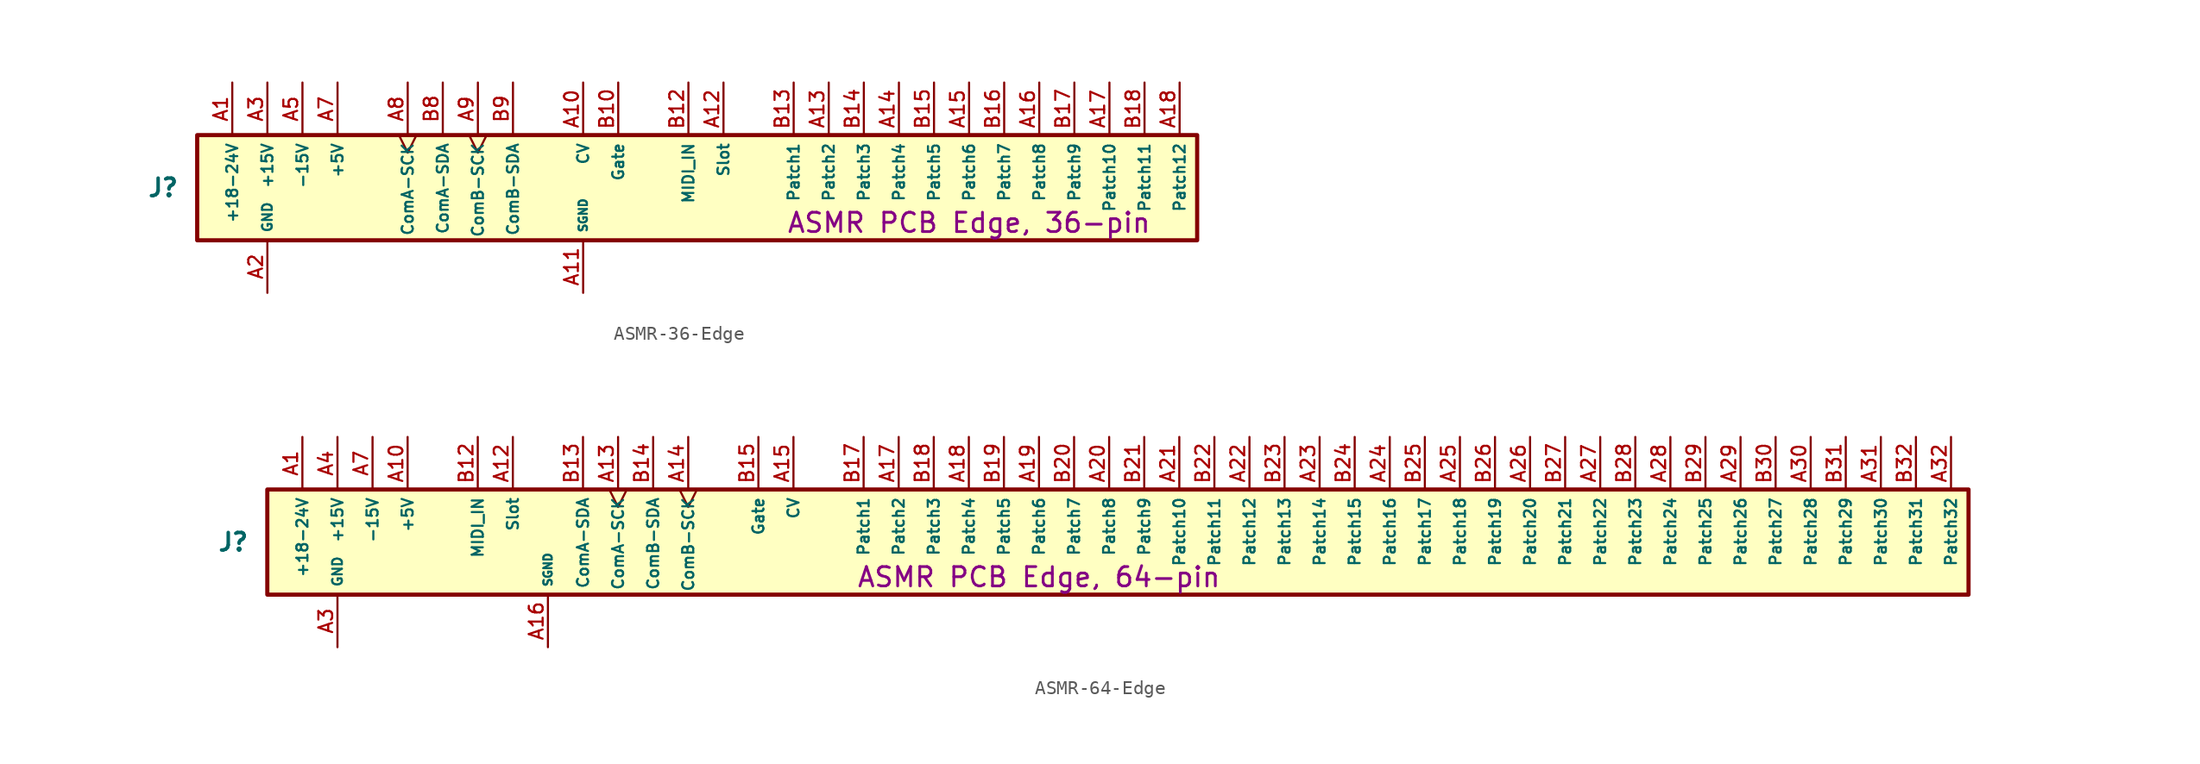
<source format=kicad_sym>
(kicad_symbol_lib
  (version 20241209)
  (generator "kicad_symbol_editor")
  (generator_version "9.0")
  (symbol "ASMR-36-Edge"
    (property "Reference" "J"
      (at -36.83 1.27 0)
      (effects (font (size 1.27 1.27) (thickness 0.254) (bold yes)) (justify right)))
    (property "Value" ""
      (at 0 0 0)
      (effects (font (size 1.27 1.27))))
    (property "Description" "ASMR PCB Edge, 36-pin"
      (at 20.32 -1.27 0)
      (effects (font (size 1.4 1.4) (thickness 0.2) (bold yes))))
    (symbol "ASMR-36-Edge_1_1"
      (rectangle (start -35.56 5.08) (end 36.83 -2.54) (stroke (width 0.3) (type solid)) (fill (type background)))
      (pin power_out line (at -33.02 8.89 270) (length 3.81) (name "+18-24V" (effects (font (size 0.8 0.8)))) (number "A1" (effects (font (size 1 1)))))
      (pin power_out line (at -33.02 8.89 270) (length 3.81) (hide yes) (name "+18-24V" (effects (font (size 0.6 0.6)))) (number "B1" (effects (font (size 1 1)))))
      (pin power_out line (at -30.48 8.89 270) (length 3.81) (name "+15V" (effects (font (size 0.8 0.8)))) (number "A3" (effects (font (size 1 1)))))
      (pin power_out line (at -30.48 8.89 270) (length 3.81) (hide yes) (name "+15V" (effects (font (size 0.8 0.8)))) (number "B3" (effects (font (size 1 1)))))
      (pin power_out line (at -30.48 -6.35 90) (length 3.81) (name "GND" (effects (font (size 0.7 0.7)))) (number "A2" (effects (font (size 1 1)))))
      (pin power_out line (at -30.48 -6.35 90) (length 3.81) (hide yes) (name "GND" (effects (font (size 0.7 0.7)))) (number "A4" (effects (font (size 1 1)))))
      (pin power_out line (at -30.48 -6.35 90) (length 3.81) (hide yes) (name "GND" (effects (font (size 0.7 0.7)))) (number "A6" (effects (font (size 1 1)))))
      (pin power_out line (at -30.48 -6.35 90) (length 3.81) (hide yes) (name "GND" (effects (font (size 0.7 0.7)))) (number "B2" (effects (font (size 1 1)))))
      (pin power_out line (at -30.48 -6.35 90) (length 3.81) (hide yes) (name "GND" (effects (font (size 0.7 0.7)))) (number "B4" (effects (font (size 1 1)))))
      (pin power_out line (at -30.48 -6.35 90) (length 3.81) (hide yes) (name "GND" (effects (font (size 0.7 0.7)))) (number "B6" (effects (font (size 1 1)))))
      (pin power_out line (at -27.94 8.89 270) (length 3.81) (name "-15V" (effects (font (size 0.8 0.8)))) (number "A5" (effects (font (size 1 1)))))
      (pin power_out line (at -27.94 8.89 270) (length 3.81) (hide yes) (name "-15V" (effects (font (size 0.8 0.8)))) (number "B5" (effects (font (size 1 1)))))
      (pin power_out line (at -25.4 8.89 270) (length 3.81) (name "+5V" (effects (font (size 0.8 0.8)))) (number "A7" (effects (font (size 1 1)))))
      (pin power_out line (at -25.4 8.89 270) (length 3.81) (hide yes) (name "+5V" (effects (font (size 0.8 0.8)))) (number "B7" (effects (font (size 1 1)))))
      (pin passive clock (at -20.32 8.89 270) (length 3.81) (name "ComA-SCK" (effects (font (size 0.8 0.8)))) (number "A8" (effects (font (size 1 1)))))
      (pin passive line (at -17.78 8.89 270) (length 3.81) (name "ComA-SDA" (effects (font (size 0.8 0.8)))) (number "B8" (effects (font (size 1 1)))))
      (pin passive clock (at -15.24 8.89 270) (length 3.81) (name "ComB-SCK" (effects (font (size 0.8 0.8)))) (number "A9" (effects (font (size 1 1)))))
      (pin passive line (at -12.7 8.89 270) (length 3.81) (name "ComB-SDA" (effects (font (size 0.8 0.8)))) (number "B9" (effects (font (size 1 1)))))
      (pin passive line (at -7.62 8.89 270) (length 3.81) (name "CV" (effects (font (size 0.8 0.8)))) (number "A10" (effects (font (size 1 1)))))
      (pin passive line (at -7.62 -6.35 90) (length 3.81) (name "SGND" (effects (font (size 0.6 0.6)))) (number "A11" (effects (font (size 1 1)))))
      (pin passive line (at -7.62 -6.35 90) (length 3.81) (hide yes) (name "SGND" (effects (font (size 0.6 0.6)))) (number "B11" (effects (font (size 1 1)))))
      (pin passive line (at -5.08 8.89 270) (length 3.81) (name "Gate" (effects (font (size 0.8 0.8)))) (number "B10" (effects (font (size 1 1)))))
      (pin output line (at 0 8.89 270) (length 3.81) (name "MIDI_IN" (effects (font (size 0.8 0.8)))) (number "B12" (effects (font (size 1 1)))))
      (pin passive line (at 2.54 8.89 270) (length 3.81) (name "Slot" (effects (font (size 0.8 0.8)))) (number "A12" (effects (font (size 1 1)))))
      (pin passive line (at 7.62 8.89 270) (length 3.81) (name "Patch1" (effects (font (size 0.8 0.8)))) (number "B13" (effects (font (size 1 1)))))
      (pin passive line (at 10.16 8.89 270) (length 3.81) (name "Patch2" (effects (font (size 0.8 0.8)))) (number "A13" (effects (font (size 1 1)))))
      (pin passive line (at 12.7 8.89 270) (length 3.81) (name "Patch3" (effects (font (size 0.8 0.8)))) (number "B14" (effects (font (size 1 1)))))
      (pin passive line (at 15.24 8.89 270) (length 3.81) (name "Patch4" (effects (font (size 0.8 0.8)))) (number "A14" (effects (font (size 1 1)))))
      (pin passive line (at 17.78 8.89 270) (length 3.81) (name "Patch5" (effects (font (size 0.8 0.8)))) (number "B15" (effects (font (size 1 1)))))
      (pin passive line (at 20.32 8.89 270) (length 3.81) (name "Patch6" (effects (font (size 0.8 0.8)))) (number "A15" (effects (font (size 1 1)))))
      (pin passive line (at 22.86 8.89 270) (length 3.81) (name "Patch7" (effects (font (size 0.8 0.8)))) (number "B16" (effects (font (size 1 1)))))
      (pin passive line (at 25.4 8.89 270) (length 3.81) (name "Patch8" (effects (font (size 0.8 0.8)))) (number "A16" (effects (font (size 1 1)))))
      (pin passive line (at 27.94 8.89 270) (length 3.81) (name "Patch9" (effects (font (size 0.8 0.8)))) (number "B17" (effects (font (size 1 1)))))
      (pin passive line (at 30.48 8.89 270) (length 3.81) (name "Patch10" (effects (font (size 0.8 0.8)))) (number "A17" (effects (font (size 1 1)))))
      (pin passive line (at 33.02 8.89 270) (length 3.81) (name "Patch11" (effects (font (size 0.8 0.8)))) (number "B18" (effects (font (size 1 1)))))
      (pin passive line (at 35.56 8.89 270) (length 3.81) (name "Patch12" (effects (font (size 0.8 0.8)))) (number "A18" (effects (font (size 1 1)))))))
  (symbol "ASMR-64-Edge"
    (property "Reference" "J"
      (at -36.83 1.27 0)
      (effects (font (size 1.27 1.27) (thickness 0.254) (bold yes)) (justify right)))
    (property "Value" ""
      (at 0 0 0)
      (effects (font (size 1.27 1.27))))
    (property "Description" "ASMR PCB Edge, 64-pin"
      (at 20.32 -1.27 0)
      (effects (font (size 1.4 1.4) (thickness 0.2) (bold yes))))
    (symbol "ASMR-64-Edge_1_1"
      (rectangle (start -35.56 5.08) (end 87.63 -2.54) (stroke (width 0.3) (type solid)) (fill (type background)))
      (pin power_out line (at -33.02 8.89 270) (length 3.81) (name "+18-24V" (effects (font (size 0.8 0.8)))) (number "A1" (effects (font (size 1 1)))))
      (pin power_out line (at -33.02 8.89 270) (length 3.81) (hide yes) (name "+18-24V" (effects (font (size 0.8 0.8)))) (number "A2" (effects (font (size 1 1)))))
      (pin power_out line (at -33.02 8.89 270) (length 3.81) (hide yes) (name "+18-24V" (effects (font (size 0.6 0.6)))) (number "B1" (effects (font (size 1 1)))))
      (pin power_out line (at -33.02 8.89 270) (length 3.81) (hide yes) (name "+18-24V" (effects (font (size 0.6 0.6)))) (number "B2" (effects (font (size 1 1)))))
      (pin power_out line (at -30.48 8.89 270) (length 3.81) (name "+15V" (effects (font (size 0.8 0.8)))) (number "A4" (effects (font (size 1 1)))))
      (pin power_out line (at -30.48 8.89 270) (length 3.81) (hide yes) (name "+15V" (effects (font (size 0.8 0.8)))) (number "A5" (effects (font (size 1 1)))))
      (pin power_out line (at -30.48 8.89 270) (length 3.81) (hide yes) (name "+15V" (effects (font (size 0.8 0.8)))) (number "B4" (effects (font (size 1 1)))))
      (pin power_out line (at -30.48 8.89 270) (length 3.81) (hide yes) (name "+15V" (effects (font (size 0.8 0.8)))) (number "B5" (effects (font (size 1 1)))))
      (pin power_out line (at -30.48 -6.35 90) (length 3.81) (name "GND" (effects (font (size 0.7 0.7)))) (number "A3" (effects (font (size 1 1)))))
      (pin power_out line (at -30.48 -6.35 90) (length 3.81) (hide yes) (name "GND" (effects (font (size 0.7 0.7)))) (number "A6" (effects (font (size 1 1)))))
      (pin power_out line (at -30.48 -6.35 90) (length 3.81) (hide yes) (name "GND" (effects (font (size 0.7 0.7)))) (number "A9" (effects (font (size 1 1)))))
      (pin power_out line (at -30.48 -6.35 90) (length 3.81) (hide yes) (name "GND" (effects (font (size 0.7 0.7)))) (number "B3" (effects (font (size 1 1)))))
      (pin power_out line (at -30.48 -6.35 90) (length 3.81) (hide yes) (name "GND" (effects (font (size 0.7 0.7)))) (number "B6" (effects (font (size 1 1)))))
      (pin power_out line (at -30.48 -6.35 90) (length 3.81) (hide yes) (name "GND" (effects (font (size 0.7 0.7)))) (number "B9" (effects (font (size 1 1)))))
      (pin power_out line (at -27.94 8.89 270) (length 3.81) (name "-15V" (effects (font (size 0.8 0.8)))) (number "A7" (effects (font (size 1 1)))))
      (pin power_out line (at -27.94 8.89 270) (length 3.81) (hide yes) (name "-15V" (effects (font (size 0.8 0.8)))) (number "A8" (effects (font (size 1 1)))))
      (pin power_out line (at -27.94 8.89 270) (length 3.81) (hide yes) (name "-15V" (effects (font (size 0.8 0.8)))) (number "B7" (effects (font (size 1 1)))))
      (pin power_out line (at -27.94 8.89 270) (length 3.81) (hide yes) (name "-15V" (effects (font (size 0.8 0.8)))) (number "B8" (effects (font (size 1 1)))))
      (pin power_out line (at -25.4 8.89 270) (length 3.81) (name "+5V" (effects (font (size 0.8 0.8)))) (number "A10" (effects (font (size 1 1)))))
      (pin power_out line (at -25.4 8.89 270) (length 3.81) (hide yes) (name "+5V" (effects (font (size 0.8 0.8)))) (number "A11" (effects (font (size 1 1)))))
      (pin power_out line (at -25.4 8.89 270) (length 3.81) (hide yes) (name "+5V" (effects (font (size 0.8 0.8)))) (number "B10" (effects (font (size 1 1)))))
      (pin power_out line (at -25.4 8.89 270) (length 3.81) (hide yes) (name "+5V" (effects (font (size 0.8 0.8)))) (number "B11" (effects (font (size 1 1)))))
      (pin output line (at -20.32 8.89 270) (length 3.81) (name "MIDI_IN" (effects (font (size 0.8 0.8)))) (number "B12" (effects (font (size 1 1)))))
      (pin passive line (at -17.78 8.89 270) (length 3.81) (name "Slot" (effects (font (size 0.8 0.8)))) (number "A12" (effects (font (size 1 1)))))
      (pin passive line (at -15.24 -6.35 90) (length 3.81) (name "SGND" (effects (font (size 0.6 0.6)))) (number "A16" (effects (font (size 1 1)))))
      (pin passive line (at -15.24 -6.35 90) (length 3.81) (hide yes) (name "SGND" (effects (font (size 0.6 0.6)))) (number "B16" (effects (font (size 1 1)))))
      (pin passive line (at -12.7 8.89 270) (length 3.81) (name "ComA-SDA" (effects (font (size 0.8 0.8)))) (number "B13" (effects (font (size 1 1)))))
      (pin passive clock (at -10.16 8.89 270) (length 3.81) (name "ComA-SCK" (effects (font (size 0.8 0.8)))) (number "A13" (effects (font (size 1 1)))))
      (pin passive line (at -7.62 8.89 270) (length 3.81) (name "ComB-SDA" (effects (font (size 0.8 0.8)))) (number "B14" (effects (font (size 1 1)))))
      (pin passive clock (at -5.08 8.89 270) (length 3.81) (name "ComB-SCK" (effects (font (size 0.8 0.8)))) (number "A14" (effects (font (size 1 1)))))
      (pin passive line (at 0 8.89 270) (length 3.81) (name "Gate" (effects (font (size 0.8 0.8)))) (number "B15" (effects (font (size 1 1)))))
      (pin passive line (at 2.54 8.89 270) (length 3.81) (name "CV" (effects (font (size 0.8 0.8)))) (number "A15" (effects (font (size 1 1)))))
      (pin passive line (at 7.62 8.89 270) (length 3.81) (name "Patch1" (effects (font (size 0.8 0.8)))) (number "B17" (effects (font (size 1 1)))))
      (pin passive line (at 10.16 8.89 270) (length 3.81) (name "Patch2" (effects (font (size 0.8 0.8)))) (number "A17" (effects (font (size 1 1)))))
      (pin passive line (at 12.7 8.89 270) (length 3.81) (name "Patch3" (effects (font (size 0.8 0.8)))) (number "B18" (effects (font (size 1 1)))))
      (pin passive line (at 15.24 8.89 270) (length 3.81) (name "Patch4" (effects (font (size 0.8 0.8)))) (number "A18" (effects (font (size 1 1)))))
      (pin passive line (at 17.78 8.89 270) (length 3.81) (name "Patch5" (effects (font (size 0.8 0.8)))) (number "B19" (effects (font (size 1 1)))))
      (pin passive line (at 20.32 8.89 270) (length 3.81) (name "Patch6" (effects (font (size 0.8 0.8)))) (number "A19" (effects (font (size 1 1)))))
      (pin passive line (at 22.86 8.89 270) (length 3.81) (name "Patch7" (effects (font (size 0.8 0.8)))) (number "B20" (effects (font (size 1 1)))))
      (pin passive line (at 25.4 8.89 270) (length 3.81) (name "Patch8" (effects (font (size 0.8 0.8)))) (number "A20" (effects (font (size 1 1)))))
      (pin passive line (at 27.94 8.89 270) (length 3.81) (name "Patch9" (effects (font (size 0.8 0.8)))) (number "B21" (effects (font (size 1 1)))))
      (pin passive line (at 30.48 8.89 270) (length 3.81) (name "Patch10" (effects (font (size 0.8 0.8)))) (number "A21" (effects (font (size 1 1)))))
      (pin passive line (at 33.02 8.89 270) (length 3.81) (name "Patch11" (effects (font (size 0.8 0.8)))) (number "B22" (effects (font (size 1 1)))))
      (pin passive line (at 35.56 8.89 270) (length 3.81) (name "Patch12" (effects (font (size 0.8 0.8)))) (number "A22" (effects (font (size 1 1)))))
      (pin passive line (at 38.1 8.89 270) (length 3.81) (name "Patch13" (effects (font (size 0.8 0.8)))) (number "B23" (effects (font (size 1 1)))))
      (pin passive line (at 40.64 8.89 270) (length 3.81) (name "Patch14" (effects (font (size 0.8 0.8)))) (number "A23" (effects (font (size 1 1)))))
      (pin passive line (at 43.18 8.89 270) (length 3.81) (name "Patch15" (effects (font (size 0.8 0.8)))) (number "B24" (effects (font (size 1 1)))))
      (pin passive line (at 45.72 8.89 270) (length 3.81) (name "Patch16" (effects (font (size 0.8 0.8)))) (number "A24" (effects (font (size 1 1)))))
      (pin passive line (at 48.26 8.89 270) (length 3.81) (name "Patch17" (effects (font (size 0.8 0.8)))) (number "B25" (effects (font (size 1 1)))))
      (pin passive line (at 50.8 8.89 270) (length 3.81) (name "Patch18" (effects (font (size 0.8 0.8)))) (number "A25" (effects (font (size 1 1)))))
      (pin passive line (at 53.34 8.89 270) (length 3.81) (name "Patch19" (effects (font (size 0.8 0.8)))) (number "B26" (effects (font (size 1 1)))))
      (pin passive line (at 55.88 8.89 270) (length 3.81) (name "Patch20" (effects (font (size 0.8 0.8)))) (number "A26" (effects (font (size 1 1)))))
      (pin passive line (at 58.42 8.89 270) (length 3.81) (name "Patch21" (effects (font (size 0.8 0.8)))) (number "B27" (effects (font (size 1 1)))))
      (pin passive line (at 60.96 8.89 270) (length 3.81) (name "Patch22" (effects (font (size 0.8 0.8)))) (number "A27" (effects (font (size 1 1)))))
      (pin passive line (at 63.5 8.89 270) (length 3.81) (name "Patch23" (effects (font (size 0.8 0.8)))) (number "B28" (effects (font (size 1 1)))))
      (pin passive line (at 66.04 8.89 270) (length 3.81) (name "Patch24" (effects (font (size 0.8 0.8)))) (number "A28" (effects (font (size 1 1)))))
      (pin passive line (at 68.58 8.89 270) (length 3.81) (name "Patch25" (effects (font (size 0.8 0.8)))) (number "B29" (effects (font (size 1 1)))))
      (pin passive line (at 71.12 8.89 270) (length 3.81) (name "Patch26" (effects (font (size 0.8 0.8)))) (number "A29" (effects (font (size 1 1)))))
      (pin passive line (at 73.66 8.89 270) (length 3.81) (name "Patch27" (effects (font (size 0.8 0.8)))) (number "B30" (effects (font (size 1 1)))))
      (pin passive line (at 76.2 8.89 270) (length 3.81) (name "Patch28" (effects (font (size 0.8 0.8)))) (number "A30" (effects (font (size 1 1)))))
      (pin passive line (at 78.74 8.89 270) (length 3.81) (name "Patch29" (effects (font (size 0.8 0.8)))) (number "B31" (effects (font (size 1 1)))))
      (pin passive line (at 81.28 8.89 270) (length 3.81) (name "Patch30" (effects (font (size 0.8 0.8)))) (number "A31" (effects (font (size 1 1)))))
      (pin passive line (at 83.82 8.89 270) (length 3.81) (name "Patch31" (effects (font (size 0.8 0.8)))) (number "B32" (effects (font (size 1 1)))))
      (pin passive line (at 86.36 8.89 270) (length 3.81) (name "Patch32" (effects (font (size 0.8 0.8)))) (number "A32" (effects (font (size 1 1))))))))
</source>
